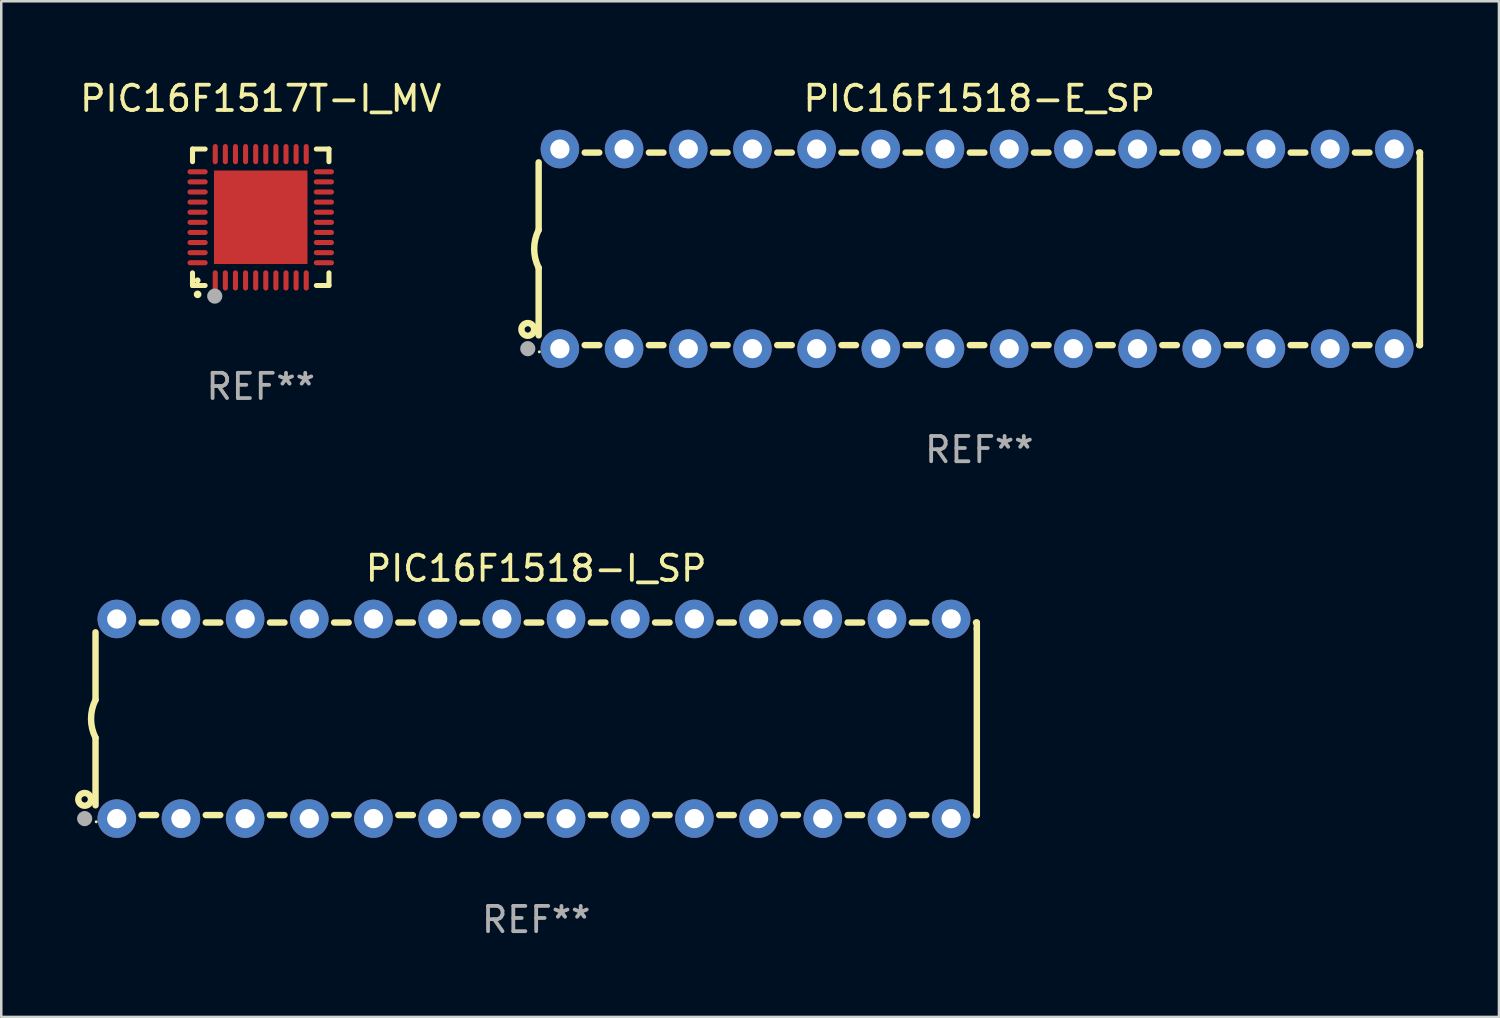
<source format=kicad_pcb>
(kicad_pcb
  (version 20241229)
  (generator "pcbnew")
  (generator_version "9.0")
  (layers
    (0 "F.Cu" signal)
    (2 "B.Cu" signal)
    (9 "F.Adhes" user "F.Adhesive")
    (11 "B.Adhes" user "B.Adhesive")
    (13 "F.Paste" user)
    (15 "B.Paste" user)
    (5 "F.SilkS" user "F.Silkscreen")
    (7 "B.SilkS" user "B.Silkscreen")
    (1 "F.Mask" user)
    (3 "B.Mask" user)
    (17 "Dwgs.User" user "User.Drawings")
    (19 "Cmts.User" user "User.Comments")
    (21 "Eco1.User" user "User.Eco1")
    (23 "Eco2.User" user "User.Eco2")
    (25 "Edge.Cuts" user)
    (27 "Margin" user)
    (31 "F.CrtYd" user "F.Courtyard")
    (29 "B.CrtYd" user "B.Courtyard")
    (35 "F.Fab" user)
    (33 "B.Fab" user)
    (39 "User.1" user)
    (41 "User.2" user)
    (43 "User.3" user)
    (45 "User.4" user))
  (footprint "PIC16F1518-I_SP"
    (layer "F.Cu")
    (at 18.168 25.395)
    (property "Reference" "PIC16F1518-I_SP" (at 0 -5.95 0) (layer "F.SilkS") (effects (font (size 1 1) (thickness 0.15))))
    (attr through_hole)
    (fp_line (start -17.438 0.75) (end -17.438 3.423) (stroke (width 0.254) (type solid)) (layer "F.SilkS"))
    (fp_line (start -17.438 -3.423) (end -17.438 -0.75) (stroke (width 0.254) (type solid)) (layer "F.SilkS"))
    (fp_line (start -15.615 3.81) (end -15.041 3.81) (stroke (width 0.254) (type solid)) (layer "F.SilkS"))
    (fp_line (start -15.041 -3.81) (end -15.614 -3.81) (stroke (width 0.254) (type solid)) (layer "F.SilkS"))
    (fp_line (start -13.075 3.81) (end -12.501 3.81) (stroke (width 0.254) (type solid)) (layer "F.SilkS"))
    (fp_line (start -12.501 -3.81) (end -13.074 -3.81) (stroke (width 0.254) (type solid)) (layer "F.SilkS"))
    (fp_line (start -10.535 3.81) (end -9.961 3.81) (stroke (width 0.254) (type solid)) (layer "F.SilkS"))
    (fp_line (start -9.961 -3.81) (end -10.534 -3.81) (stroke (width 0.254) (type solid)) (layer "F.SilkS"))
    (fp_line (start -7.995 3.81) (end -7.421 3.81) (stroke (width 0.254) (type solid)) (layer "F.SilkS"))
    (fp_line (start -7.421 -3.81) (end -7.995 -3.81) (stroke (width 0.254) (type solid)) (layer "F.SilkS"))
    (fp_line (start -5.455 3.81) (end -4.881 3.81) (stroke (width 0.254) (type solid)) (layer "F.SilkS"))
    (fp_line (start -4.881 -3.81) (end -5.455 -3.81) (stroke (width 0.254) (type solid)) (layer "F.SilkS"))
    (fp_line (start -2.915 3.81) (end -2.341 3.81) (stroke (width 0.254) (type solid)) (layer "F.SilkS"))
    (fp_line (start -2.341 -3.81) (end -2.915 -3.81) (stroke (width 0.254) (type solid)) (layer "F.SilkS"))
    (fp_line (start -0.375 3.81) (end 0.199 3.81) (stroke (width 0.254) (type solid)) (layer "F.SilkS"))
    (fp_line (start 0.199 -3.81) (end -0.375 -3.81) (stroke (width 0.254) (type solid)) (layer "F.SilkS"))
    (fp_line (start 2.165 3.81) (end 2.739 3.81) (stroke (width 0.254) (type solid)) (layer "F.SilkS"))
    (fp_line (start 2.739 -3.81) (end 2.165 -3.81) (stroke (width 0.254) (type solid)) (layer "F.SilkS"))
    (fp_line (start 4.705 3.81) (end 5.279 3.81) (stroke (width 0.254) (type solid)) (layer "F.SilkS"))
    (fp_line (start 5.279 -3.81) (end 4.705 -3.81) (stroke (width 0.254) (type solid)) (layer "F.SilkS"))
    (fp_line (start 7.245 3.81) (end 7.819 3.81) (stroke (width 0.254) (type solid)) (layer "F.SilkS"))
    (fp_line (start 7.819 -3.81) (end 7.245 -3.81) (stroke (width 0.254) (type solid)) (layer "F.SilkS"))
    (fp_line (start 9.785 3.81) (end 10.359 3.81) (stroke (width 0.254) (type solid)) (layer "F.SilkS"))
    (fp_line (start 10.359 -3.81) (end 9.785 -3.81) (stroke (width 0.254) (type solid)) (layer "F.SilkS"))
    (fp_line (start 12.325 3.81) (end 12.899 3.81) (stroke (width 0.254) (type solid)) (layer "F.SilkS"))
    (fp_line (start 12.899 -3.81) (end 12.325 -3.81) (stroke (width 0.254) (type solid)) (layer "F.SilkS"))
    (fp_line (start 14.865 3.81) (end 15.439 3.81) (stroke (width 0.254) (type solid)) (layer "F.SilkS"))
    (fp_line (start 15.439 -3.81) (end 14.865 -3.81) (stroke (width 0.254) (type solid)) (layer "F.SilkS"))
    (fp_line (start 17.405 3.81) (end 17.438 3.81) (stroke (width 0.254) (type solid)) (layer "F.SilkS"))
    (fp_line (start 17.438 -3.81) (end 17.405 -3.81) (stroke (width 0.254) (type solid)) (layer "F.SilkS"))
    (fp_line (start 17.438 -3.556) (end 17.438 -3.81) (stroke (width 0.254) (type solid)) (layer "F.SilkS"))
    (fp_line (start 17.438 3.81) (end 17.438 -3.556) (stroke (width 0.254) (type solid)) (layer "F.SilkS"))
    (fp_arc (start -17.437986 0.749657) (mid -17.614887 -0.000024) (end -17.437783 -0.749657) (stroke (width 0.254001) (type solid)) (layer "F.SilkS"))
    (fp_circle (center -17.868 3.188) (end -17.743 3.188) (stroke (width 0.254) (type solid)) (fill no) (layer "F.SilkS"))
    (fp_circle (center -17.411 4.077) (end -17.381 4.077) (stroke (width 0.06) (type solid)) (fill no) (layer "F.SilkS"))
    (fp_circle (center -17.868 3.95) (end -17.718 3.95) (stroke (width 0.3) (type solid)) (fill no) (layer "F.Fab"))
    (fp_text user "REF**" (at 0 7.95 0) (layer "F.Fab") (effects (font (size 1 1) (thickness 0.15))))
    (pad "1" thru_hole circle (at -16.598 3.95) (size 1.524 1.524) (drill 0.762) (layers "*.Cu" "*.Mask"))
    (pad "2" thru_hole circle (at -14.058 3.95) (size 1.524 1.524) (drill 0.762) (layers "*.Cu" "*.Mask"))
    (pad "3" thru_hole circle (at -11.518 3.95) (size 1.524 1.524) (drill 0.762) (layers "*.Cu" "*.Mask"))
    (pad "4" thru_hole circle (at -8.978 3.95) (size 1.524 1.524) (drill 0.762) (layers "*.Cu" "*.Mask"))
    (pad "5" thru_hole circle (at -6.438 3.95) (size 1.524 1.524) (drill 0.762) (layers "*.Cu" "*.Mask"))
    (pad "6" thru_hole circle (at -3.898 3.95) (size 1.524 1.524) (drill 0.762) (layers "*.Cu" "*.Mask"))
    (pad "7" thru_hole circle (at -1.358 3.95) (size 1.524 1.524) (drill 0.762) (layers "*.Cu" "*.Mask"))
    (pad "8" thru_hole circle (at 1.182 3.95) (size 1.524 1.524) (drill 0.762) (layers "*.Cu" "*.Mask"))
    (pad "9" thru_hole circle (at 3.722 3.95) (size 1.524 1.524) (drill 0.762) (layers "*.Cu" "*.Mask"))
    (pad "10" thru_hole circle (at 6.262 3.95) (size 1.524 1.524) (drill 0.762) (layers "*.Cu" "*.Mask"))
    (pad "11" thru_hole circle (at 8.802 3.95) (size 1.524 1.524) (drill 0.762) (layers "*.Cu" "*.Mask"))
    (pad "12" thru_hole circle (at 11.342 3.95) (size 1.524 1.524) (drill 0.762) (layers "*.Cu" "*.Mask"))
    (pad "13" thru_hole circle (at 13.882 3.95) (size 1.524 1.524) (drill 0.762) (layers "*.Cu" "*.Mask"))
    (pad "14" thru_hole circle (at 16.422 3.95) (size 1.524 1.524) (drill 0.762) (layers "*.Cu" "*.Mask"))
    (pad "15" thru_hole circle (at 16.422 -3.95) (size 1.524 1.524) (drill 0.762) (layers "*.Cu" "*.Mask"))
    (pad "16" thru_hole circle (at 13.882 -3.95) (size 1.524 1.524) (drill 0.762) (layers "*.Cu" "*.Mask"))
    (pad "17" thru_hole circle (at 11.342 -3.95) (size 1.524 1.524) (drill 0.762) (layers "*.Cu" "*.Mask"))
    (pad "18" thru_hole circle (at 8.802 -3.95) (size 1.524 1.524) (drill 0.762) (layers "*.Cu" "*.Mask"))
    (pad "19" thru_hole circle (at 6.262 -3.95) (size 1.524 1.524) (drill 0.762) (layers "*.Cu" "*.Mask"))
    (pad "20" thru_hole circle (at 3.722 -3.95) (size 1.524 1.524) (drill 0.762) (layers "*.Cu" "*.Mask"))
    (pad "21" thru_hole circle (at 1.182 -3.95) (size 1.524 1.524) (drill 0.762) (layers "*.Cu" "*.Mask"))
    (pad "22" thru_hole circle (at -1.358 -3.95) (size 1.524 1.524) (drill 0.762) (layers "*.Cu" "*.Mask"))
    (pad "23" thru_hole circle (at -3.898 -3.95) (size 1.524 1.524) (drill 0.762) (layers "*.Cu" "*.Mask"))
    (pad "24" thru_hole circle (at -6.438 -3.95) (size 1.524 1.524) (drill 0.762) (layers "*.Cu" "*.Mask"))
    (pad "25" thru_hole circle (at -8.978 -3.95) (size 1.524 1.524) (drill 0.762) (layers "*.Cu" "*.Mask"))
    (pad "26" thru_hole circle (at -11.517 -3.95) (size 1.524 1.524) (drill 0.762) (layers "*.Cu" "*.Mask"))
    (pad "27" thru_hole circle (at -14.057 -3.95) (size 1.524 1.524) (drill 0.762) (layers "*.Cu" "*.Mask"))
    (pad "28" thru_hole circle (at -16.597 -3.95) (size 1.524 1.524) (drill 0.762) (layers "*.Cu" "*.Mask")))
  (footprint "PIC16F1518-E_SP"
    (layer "F.Cu")
    (at 35.704 6.798)
    (property "Reference" "PIC16F1518-E_SP" (at 0 -5.95 0) (layer "F.SilkS") (effects (font (size 1 1) (thickness 0.15))))
    (attr through_hole)
    (fp_line (start -17.438 0.75) (end -17.438 3.423) (stroke (width 0.254) (type solid)) (layer "F.SilkS"))
    (fp_line (start -17.438 -3.423) (end -17.438 -0.75) (stroke (width 0.254) (type solid)) (layer "F.SilkS"))
    (fp_line (start -15.615 3.81) (end -15.041 3.81) (stroke (width 0.254) (type solid)) (layer "F.SilkS"))
    (fp_line (start -15.041 -3.81) (end -15.614 -3.81) (stroke (width 0.254) (type solid)) (layer "F.SilkS"))
    (fp_line (start -13.075 3.81) (end -12.501 3.81) (stroke (width 0.254) (type solid)) (layer "F.SilkS"))
    (fp_line (start -12.501 -3.81) (end -13.074 -3.81) (stroke (width 0.254) (type solid)) (layer "F.SilkS"))
    (fp_line (start -10.535 3.81) (end -9.961 3.81) (stroke (width 0.254) (type solid)) (layer "F.SilkS"))
    (fp_line (start -9.961 -3.81) (end -10.534 -3.81) (stroke (width 0.254) (type solid)) (layer "F.SilkS"))
    (fp_line (start -7.995 3.81) (end -7.421 3.81) (stroke (width 0.254) (type solid)) (layer "F.SilkS"))
    (fp_line (start -7.421 -3.81) (end -7.995 -3.81) (stroke (width 0.254) (type solid)) (layer "F.SilkS"))
    (fp_line (start -5.455 3.81) (end -4.881 3.81) (stroke (width 0.254) (type solid)) (layer "F.SilkS"))
    (fp_line (start -4.881 -3.81) (end -5.455 -3.81) (stroke (width 0.254) (type solid)) (layer "F.SilkS"))
    (fp_line (start -2.915 3.81) (end -2.341 3.81) (stroke (width 0.254) (type solid)) (layer "F.SilkS"))
    (fp_line (start -2.341 -3.81) (end -2.915 -3.81) (stroke (width 0.254) (type solid)) (layer "F.SilkS"))
    (fp_line (start -0.375 3.81) (end 0.199 3.81) (stroke (width 0.254) (type solid)) (layer "F.SilkS"))
    (fp_line (start 0.199 -3.81) (end -0.375 -3.81) (stroke (width 0.254) (type solid)) (layer "F.SilkS"))
    (fp_line (start 2.165 3.81) (end 2.739 3.81) (stroke (width 0.254) (type solid)) (layer "F.SilkS"))
    (fp_line (start 2.739 -3.81) (end 2.165 -3.81) (stroke (width 0.254) (type solid)) (layer "F.SilkS"))
    (fp_line (start 4.705 3.81) (end 5.279 3.81) (stroke (width 0.254) (type solid)) (layer "F.SilkS"))
    (fp_line (start 5.279 -3.81) (end 4.705 -3.81) (stroke (width 0.254) (type solid)) (layer "F.SilkS"))
    (fp_line (start 7.245 3.81) (end 7.819 3.81) (stroke (width 0.254) (type solid)) (layer "F.SilkS"))
    (fp_line (start 7.819 -3.81) (end 7.245 -3.81) (stroke (width 0.254) (type solid)) (layer "F.SilkS"))
    (fp_line (start 9.785 3.81) (end 10.359 3.81) (stroke (width 0.254) (type solid)) (layer "F.SilkS"))
    (fp_line (start 10.359 -3.81) (end 9.785 -3.81) (stroke (width 0.254) (type solid)) (layer "F.SilkS"))
    (fp_line (start 12.325 3.81) (end 12.899 3.81) (stroke (width 0.254) (type solid)) (layer "F.SilkS"))
    (fp_line (start 12.899 -3.81) (end 12.325 -3.81) (stroke (width 0.254) (type solid)) (layer "F.SilkS"))
    (fp_line (start 14.865 3.81) (end 15.439 3.81) (stroke (width 0.254) (type solid)) (layer "F.SilkS"))
    (fp_line (start 15.439 -3.81) (end 14.865 -3.81) (stroke (width 0.254) (type solid)) (layer "F.SilkS"))
    (fp_line (start 17.405 3.81) (end 17.438 3.81) (stroke (width 0.254) (type solid)) (layer "F.SilkS"))
    (fp_line (start 17.438 -3.81) (end 17.405 -3.81) (stroke (width 0.254) (type solid)) (layer "F.SilkS"))
    (fp_line (start 17.438 -3.556) (end 17.438 -3.81) (stroke (width 0.254) (type solid)) (layer "F.SilkS"))
    (fp_line (start 17.438 3.81) (end 17.438 -3.556) (stroke (width 0.254) (type solid)) (layer "F.SilkS"))
    (fp_arc (start -17.437986 0.749657) (mid -17.614887 -0.000024) (end -17.437783 -0.749657) (stroke (width 0.254001) (type solid)) (layer "F.SilkS"))
    (fp_circle (center -17.868 3.188) (end -17.743 3.188) (stroke (width 0.254) (type solid)) (fill no) (layer "F.SilkS"))
    (fp_circle (center -17.411 4.077) (end -17.381 4.077) (stroke (width 0.06) (type solid)) (fill no) (layer "F.SilkS"))
    (fp_circle (center -17.868 3.95) (end -17.718 3.95) (stroke (width 0.3) (type solid)) (fill no) (layer "F.Fab"))
    (fp_text user "REF**" (at 0 7.95 0) (layer "F.Fab") (effects (font (size 1 1) (thickness 0.15))))
    (pad "1" thru_hole circle (at -16.598 3.95) (size 1.524 1.524) (drill 0.762) (layers "*.Cu" "*.Mask"))
    (pad "2" thru_hole circle (at -14.058 3.95) (size 1.524 1.524) (drill 0.762) (layers "*.Cu" "*.Mask"))
    (pad "3" thru_hole circle (at -11.518 3.95) (size 1.524 1.524) (drill 0.762) (layers "*.Cu" "*.Mask"))
    (pad "4" thru_hole circle (at -8.978 3.95) (size 1.524 1.524) (drill 0.762) (layers "*.Cu" "*.Mask"))
    (pad "5" thru_hole circle (at -6.438 3.95) (size 1.524 1.524) (drill 0.762) (layers "*.Cu" "*.Mask"))
    (pad "6" thru_hole circle (at -3.898 3.95) (size 1.524 1.524) (drill 0.762) (layers "*.Cu" "*.Mask"))
    (pad "7" thru_hole circle (at -1.358 3.95) (size 1.524 1.524) (drill 0.762) (layers "*.Cu" "*.Mask"))
    (pad "8" thru_hole circle (at 1.182 3.95) (size 1.524 1.524) (drill 0.762) (layers "*.Cu" "*.Mask"))
    (pad "9" thru_hole circle (at 3.722 3.95) (size 1.524 1.524) (drill 0.762) (layers "*.Cu" "*.Mask"))
    (pad "10" thru_hole circle (at 6.262 3.95) (size 1.524 1.524) (drill 0.762) (layers "*.Cu" "*.Mask"))
    (pad "11" thru_hole circle (at 8.802 3.95) (size 1.524 1.524) (drill 0.762) (layers "*.Cu" "*.Mask"))
    (pad "12" thru_hole circle (at 11.342 3.95) (size 1.524 1.524) (drill 0.762) (layers "*.Cu" "*.Mask"))
    (pad "13" thru_hole circle (at 13.882 3.95) (size 1.524 1.524) (drill 0.762) (layers "*.Cu" "*.Mask"))
    (pad "14" thru_hole circle (at 16.422 3.95) (size 1.524 1.524) (drill 0.762) (layers "*.Cu" "*.Mask"))
    (pad "15" thru_hole circle (at 16.422 -3.95) (size 1.524 1.524) (drill 0.762) (layers "*.Cu" "*.Mask"))
    (pad "16" thru_hole circle (at 13.882 -3.95) (size 1.524 1.524) (drill 0.762) (layers "*.Cu" "*.Mask"))
    (pad "17" thru_hole circle (at 11.342 -3.95) (size 1.524 1.524) (drill 0.762) (layers "*.Cu" "*.Mask"))
    (pad "18" thru_hole circle (at 8.802 -3.95) (size 1.524 1.524) (drill 0.762) (layers "*.Cu" "*.Mask"))
    (pad "19" thru_hole circle (at 6.262 -3.95) (size 1.524 1.524) (drill 0.762) (layers "*.Cu" "*.Mask"))
    (pad "20" thru_hole circle (at 3.722 -3.95) (size 1.524 1.524) (drill 0.762) (layers "*.Cu" "*.Mask"))
    (pad "21" thru_hole circle (at 1.182 -3.95) (size 1.524 1.524) (drill 0.762) (layers "*.Cu" "*.Mask"))
    (pad "22" thru_hole circle (at -1.358 -3.95) (size 1.524 1.524) (drill 0.762) (layers "*.Cu" "*.Mask"))
    (pad "23" thru_hole circle (at -3.898 -3.95) (size 1.524 1.524) (drill 0.762) (layers "*.Cu" "*.Mask"))
    (pad "24" thru_hole circle (at -6.438 -3.95) (size 1.524 1.524) (drill 0.762) (layers "*.Cu" "*.Mask"))
    (pad "25" thru_hole circle (at -8.978 -3.95) (size 1.524 1.524) (drill 0.762) (layers "*.Cu" "*.Mask"))
    (pad "26" thru_hole circle (at -11.517 -3.95) (size 1.524 1.524) (drill 0.762) (layers "*.Cu" "*.Mask"))
    (pad "27" thru_hole circle (at -14.057 -3.95) (size 1.524 1.524) (drill 0.762) (layers "*.Cu" "*.Mask"))
    (pad "28" thru_hole circle (at -16.597 -3.95) (size 1.524 1.524) (drill 0.762) (layers "*.Cu" "*.Mask")))
  (footprint "PIC16F1517T-I_MV"
    (layer "F.Cu")
    (at 7.268 5.548)
    (property "Reference" "PIC16F1517T-I_MV" (at 0 -4.7 0) (layer "F.SilkS") (effects (font (size 1 1) (thickness 0.15))))
    (attr through_hole)
    (fp_line (start -2.7 -2.7) (end -2.7 -2.2) (stroke (width 0.2) (type solid)) (layer "F.SilkS"))
    (fp_line (start -2.7 2.7) (end -2.7 2.2) (stroke (width 0.2) (type solid)) (layer "F.SilkS"))
    (fp_line (start -2.2 -2.7) (end -2.7 -2.7) (stroke (width 0.2) (type solid)) (layer "F.SilkS"))
    (fp_line (start -2.2 2.7) (end -2.7 2.7) (stroke (width 0.2) (type solid)) (layer "F.SilkS"))
    (fp_line (start 2.7 -2.7) (end 2.2 -2.7) (stroke (width 0.2) (type solid)) (layer "F.SilkS"))
    (fp_line (start 2.7 -2.2) (end 2.7 -2.7) (stroke (width 0.2) (type solid)) (layer "F.SilkS"))
    (fp_line (start 2.7 2.2) (end 2.7 2.7) (stroke (width 0.2) (type solid)) (layer "F.SilkS"))
    (fp_line (start 2.7 2.7) (end 2.2 2.7) (stroke (width 0.2) (type solid)) (layer "F.SilkS"))
    (fp_arc (start -2.499365 3.050546) (mid -2.498095 3.050541) (end -2.496825 3.050546) (stroke (width 0.3) (type solid)) (layer "F.SilkS"))
    (fp_circle (center -2.5 2.5) (end -2.44 2.5) (stroke (width 0.12) (type solid)) (fill no) (layer "F.SilkS"))
    (fp_circle (center -1.82 3.12) (end -1.67 3.12) (stroke (width 0.3) (type solid)) (fill no) (layer "F.Fab"))
    (fp_text user "REF**" (at 0 6.7 0) (layer "F.Fab") (effects (font (size 1 1) (thickness 0.15))))
    (pad "1" smd oval (at -1.8 2.499) (size 0.2 0.8) (layers "F.Cu" "F.Mask" "F.Paste"))
    (pad "2" smd oval (at -1.4 2.499) (size 0.2 0.8) (layers "F.Cu" "F.Mask" "F.Paste"))
    (pad "3" smd oval (at -1 2.499) (size 0.2 0.8) (layers "F.Cu" "F.Mask" "F.Paste"))
    (pad "4" smd oval (at -0.6 2.499) (size 0.2 0.8) (layers "F.Cu" "F.Mask" "F.Paste"))
    (pad "5" smd oval (at -0.2 2.499) (size 0.2 0.8) (layers "F.Cu" "F.Mask" "F.Paste"))
    (pad "6" smd oval (at 0.2 2.499) (size 0.2 0.8) (layers "F.Cu" "F.Mask" "F.Paste"))
    (pad "7" smd oval (at 0.6 2.499) (size 0.2 0.8) (layers "F.Cu" "F.Mask" "F.Paste"))
    (pad "8" smd oval (at 1 2.499) (size 0.2 0.8) (layers "F.Cu" "F.Mask" "F.Paste"))
    (pad "9" smd oval (at 1.4 2.499) (size 0.2 0.8) (layers "F.Cu" "F.Mask" "F.Paste"))
    (pad "10" smd oval (at 1.8 2.499) (size 0.2 0.8) (layers "F.Cu" "F.Mask" "F.Paste"))
    (pad "11" smd oval (at 2.499 1.8) (size 0.8 0.2) (layers "F.Cu" "F.Mask" "F.Paste"))
    (pad "12" smd oval (at 2.499 1.4) (size 0.8 0.2) (layers "F.Cu" "F.Mask" "F.Paste"))
    (pad "13" smd oval (at 2.499 1) (size 0.8 0.2) (layers "F.Cu" "F.Mask" "F.Paste"))
    (pad "14" smd oval (at 2.499 0.6) (size 0.8 0.2) (layers "F.Cu" "F.Mask" "F.Paste"))
    (pad "15" smd oval (at 2.499 0.2) (size 0.8 0.2) (layers "F.Cu" "F.Mask" "F.Paste"))
    (pad "16" smd oval (at 2.499 -0.2) (size 0.8 0.2) (layers "F.Cu" "F.Mask" "F.Paste"))
    (pad "17" smd oval (at 2.499 -0.6) (size 0.8 0.2) (layers "F.Cu" "F.Mask" "F.Paste"))
    (pad "18" smd oval (at 2.499 -1) (size 0.8 0.2) (layers "F.Cu" "F.Mask" "F.Paste"))
    (pad "19" smd oval (at 2.499 -1.4) (size 0.8 0.2) (layers "F.Cu" "F.Mask" "F.Paste"))
    (pad "20" smd oval (at 2.499 -1.8) (size 0.8 0.2) (layers "F.Cu" "F.Mask" "F.Paste"))
    (pad "21" smd oval (at 1.8 -2.499) (size 0.2 0.8) (layers "F.Cu" "F.Mask" "F.Paste"))
    (pad "22" smd oval (at 1.4 -2.499) (size 0.2 0.8) (layers "F.Cu" "F.Mask" "F.Paste"))
    (pad "23" smd oval (at 1 -2.499) (size 0.2 0.8) (layers "F.Cu" "F.Mask" "F.Paste"))
    (pad "24" smd oval (at 0.6 -2.499) (size 0.2 0.8) (layers "F.Cu" "F.Mask" "F.Paste"))
    (pad "25" smd oval (at 0.2 -2.499) (size 0.2 0.8) (layers "F.Cu" "F.Mask" "F.Paste"))
    (pad "26" smd oval (at -0.2 -2.499) (size 0.2 0.8) (layers "F.Cu" "F.Mask" "F.Paste"))
    (pad "27" smd oval (at -0.6 -2.499) (size 0.2 0.8) (layers "F.Cu" "F.Mask" "F.Paste"))
    (pad "28" smd oval (at -1 -2.499) (size 0.2 0.8) (layers "F.Cu" "F.Mask" "F.Paste"))
    (pad "29" smd oval (at -1.4 -2.499) (size 0.2 0.8) (layers "F.Cu" "F.Mask" "F.Paste"))
    (pad "30" smd oval (at -1.8 -2.499) (size 0.2 0.8) (layers "F.Cu" "F.Mask" "F.Paste"))
    (pad "31" smd oval (at -2.499 -1.8) (size 0.8 0.2) (layers "F.Cu" "F.Mask" "F.Paste"))
    (pad "32" smd oval (at -2.499 -1.4) (size 0.8 0.2) (layers "F.Cu" "F.Mask" "F.Paste"))
    (pad "33" smd oval (at -2.499 -1) (size 0.8 0.2) (layers "F.Cu" "F.Mask" "F.Paste"))
    (pad "34" smd oval (at -2.499 -0.6) (size 0.8 0.2) (layers "F.Cu" "F.Mask" "F.Paste"))
    (pad "35" smd oval (at -2.499 -0.2) (size 0.8 0.2) (layers "F.Cu" "F.Mask" "F.Paste"))
    (pad "36" smd oval (at -2.499 0.2) (size 0.8 0.2) (layers "F.Cu" "F.Mask" "F.Paste"))
    (pad "37" smd oval (at -2.499 0.6) (size 0.8 0.2) (layers "F.Cu" "F.Mask" "F.Paste"))
    (pad "38" smd oval (at -2.499 1) (size 0.8 0.2) (layers "F.Cu" "F.Mask" "F.Paste"))
    (pad "39" smd oval (at -2.499 1.4) (size 0.8 0.2) (layers "F.Cu" "F.Mask" "F.Paste"))
    (pad "40" smd oval (at -2.499 1.8) (size 0.8 0.2) (layers "F.Cu" "F.Mask" "F.Paste"))
    (pad "41" smd rect (at 0 0) (size 3.7 3.7) (layers "F.Cu" "F.Mask" "F.Paste")))
  (gr_rect
    (start -3 -3)
    (end 56.269 37.193)
    (stroke (width 0.1) (type default))
    (fill no)
    (layer "Edge.Cuts")))
</source>
